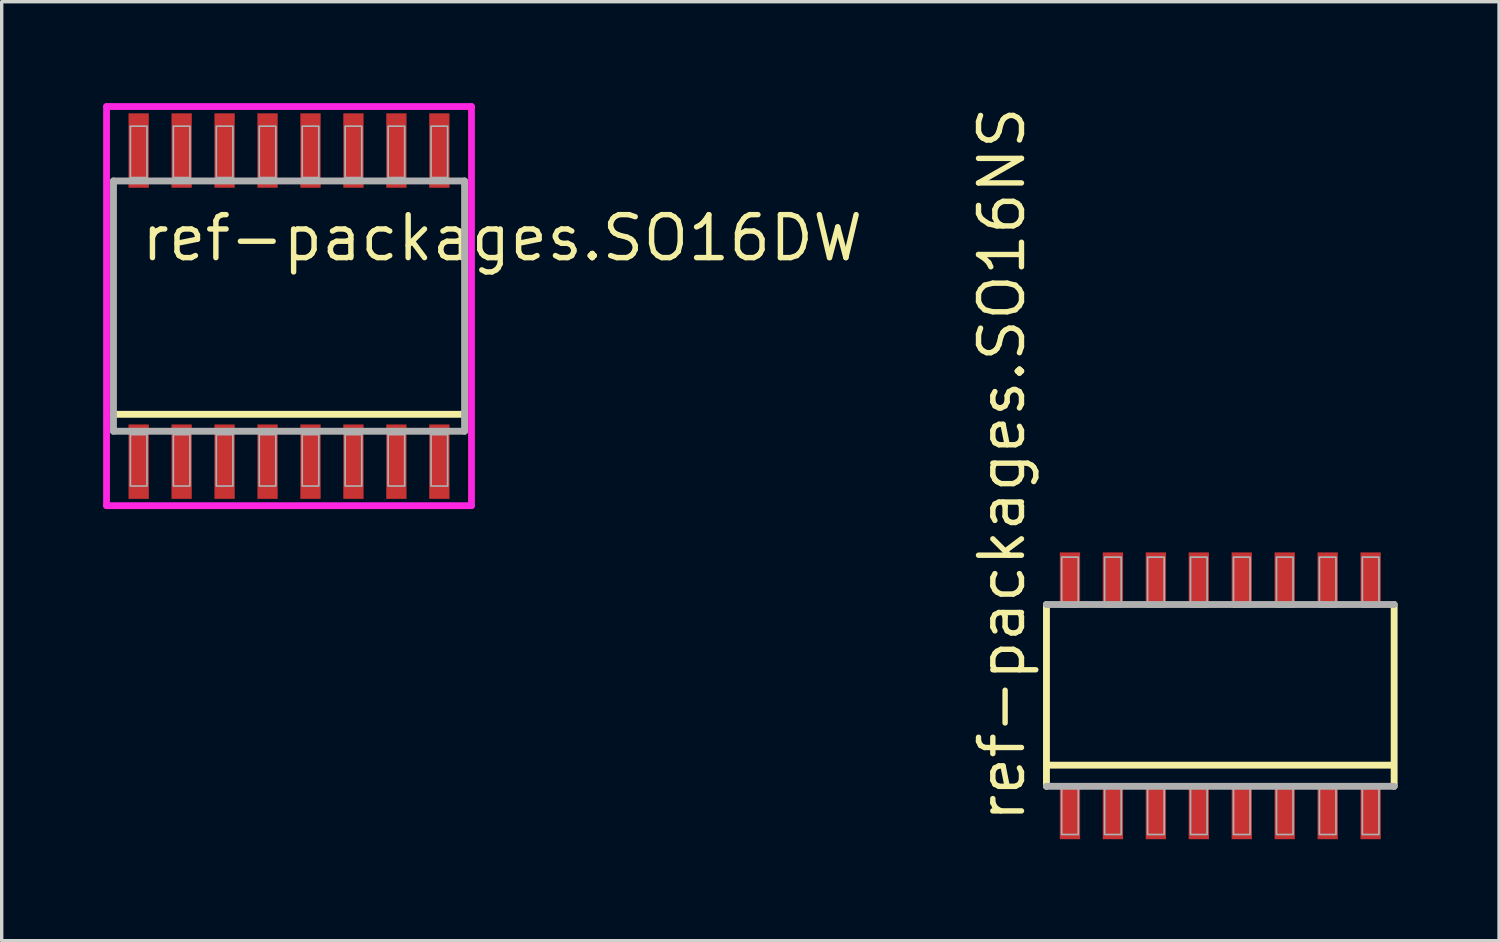
<source format=kicad_pcb>
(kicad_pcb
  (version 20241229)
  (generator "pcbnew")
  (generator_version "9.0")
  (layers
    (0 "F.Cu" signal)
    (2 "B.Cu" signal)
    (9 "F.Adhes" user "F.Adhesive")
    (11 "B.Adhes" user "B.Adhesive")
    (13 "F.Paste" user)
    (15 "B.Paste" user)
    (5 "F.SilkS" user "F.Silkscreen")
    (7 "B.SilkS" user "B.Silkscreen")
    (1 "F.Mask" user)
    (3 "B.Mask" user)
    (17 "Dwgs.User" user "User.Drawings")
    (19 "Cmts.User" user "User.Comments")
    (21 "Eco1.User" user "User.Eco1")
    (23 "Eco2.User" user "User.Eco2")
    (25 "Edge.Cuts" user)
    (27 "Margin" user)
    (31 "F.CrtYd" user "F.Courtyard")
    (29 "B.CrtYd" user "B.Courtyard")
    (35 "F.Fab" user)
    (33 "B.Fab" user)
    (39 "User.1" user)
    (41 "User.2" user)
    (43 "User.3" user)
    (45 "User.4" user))
  (footprint "ref-packages.SO16NS"
    (layer "F.Cu")
    (at 33.029 17.522)
    (property "Reference" "ref-packages.SO16NS" (at -5.715 3.81 90) (layer "F.SilkS") (effects (font (size 1.27 1.27) (thickness 0.16)) (justify left bottom)))
    (attr smd)
    (fp_line (start -5.14 2.675) (end -5.14 -2.7) (stroke (width 0.203) (type default)) (layer "F.SilkS"))
    (fp_line (start 5.09 2.05) (end -5.09 2.05) (stroke (width 0.203) (type default)) (layer "F.SilkS"))
    (fp_line (start 5.14 -2.7) (end 5.14 2.675) (stroke (width 0.203) (type default)) (layer "F.SilkS"))
    (fp_line (start -5.14 -2.7) (end 5.14 -2.7) (stroke (width 0.203) (type default)) (layer "F.Fab"))
    (fp_line (start 5.14 2.675) (end -5.14 2.675) (stroke (width 0.203) (type default)) (layer "F.Fab"))
    (fp_rect (start -4.69 -2.625) (end -4.2 -4.1) (stroke (width 0.05) (type default)) (fill no) (layer "F.Fab"))
    (fp_rect (start -4.69 4.1) (end -4.2 2.625) (stroke (width 0.05) (type default)) (fill no) (layer "F.Fab"))
    (fp_rect (start -3.42 -2.625) (end -2.93 -4.1) (stroke (width 0.05) (type default)) (fill no) (layer "F.Fab"))
    (fp_rect (start -3.42 4.1) (end -2.93 2.625) (stroke (width 0.05) (type default)) (fill no) (layer "F.Fab"))
    (fp_rect (start -2.15 -2.625) (end -1.66 -4.1) (stroke (width 0.05) (type default)) (fill no) (layer "F.Fab"))
    (fp_rect (start -2.15 4.1) (end -1.66 2.625) (stroke (width 0.05) (type default)) (fill no) (layer "F.Fab"))
    (fp_rect (start -0.88 -2.625) (end -0.39 -4.1) (stroke (width 0.05) (type default)) (fill no) (layer "F.Fab"))
    (fp_rect (start -0.88 4.1) (end -0.39 2.625) (stroke (width 0.05) (type default)) (fill no) (layer "F.Fab"))
    (fp_rect (start 0.39 -2.625) (end 0.88 -4.1) (stroke (width 0.05) (type default)) (fill no) (layer "F.Fab"))
    (fp_rect (start 0.39 4.1) (end 0.88 2.625) (stroke (width 0.05) (type default)) (fill no) (layer "F.Fab"))
    (fp_rect (start 1.66 -2.625) (end 2.15 -4.1) (stroke (width 0.05) (type default)) (fill no) (layer "F.Fab"))
    (fp_rect (start 1.66 4.1) (end 2.15 2.625) (stroke (width 0.05) (type default)) (fill no) (layer "F.Fab"))
    (fp_rect (start 2.93 -2.625) (end 3.42 -4.1) (stroke (width 0.05) (type default)) (fill no) (layer "F.Fab"))
    (fp_rect (start 2.93 4.1) (end 3.42 2.625) (stroke (width 0.05) (type default)) (fill no) (layer "F.Fab"))
    (fp_rect (start 4.2 -2.625) (end 4.69 -4.1) (stroke (width 0.05) (type default)) (fill no) (layer "F.Fab"))
    (fp_rect (start 4.2 4.1) (end 4.69 2.625) (stroke (width 0.05) (type default)) (fill no) (layer "F.Fab"))
    (pad "1" smd roundrect (at -4.445 3.49) (size 0.6 1.5) (layers "F.Cu" "F.Mask" "F.Paste") (roundrect_rratio 0.01))
    (pad "2" smd roundrect (at -3.175 3.49) (size 0.6 1.5) (layers "F.Cu" "F.Mask" "F.Paste") (roundrect_rratio 0.01))
    (pad "3" smd roundrect (at -1.905 3.49) (size 0.6 1.5) (layers "F.Cu" "F.Mask" "F.Paste") (roundrect_rratio 0.01))
    (pad "4" smd roundrect (at -0.635 3.49) (size 0.6 1.5) (layers "F.Cu" "F.Mask" "F.Paste") (roundrect_rratio 0.01))
    (pad "5" smd roundrect (at 0.635 3.49) (size 0.6 1.5) (layers "F.Cu" "F.Mask" "F.Paste") (roundrect_rratio 0.01))
    (pad "6" smd roundrect (at 1.905 3.49) (size 0.6 1.5) (layers "F.Cu" "F.Mask" "F.Paste") (roundrect_rratio 0.01))
    (pad "7" smd roundrect (at 3.175 3.49) (size 0.6 1.5) (layers "F.Cu" "F.Mask" "F.Paste") (roundrect_rratio 0.01))
    (pad "8" smd roundrect (at 4.445 3.49) (size 0.6 1.5) (layers "F.Cu" "F.Mask" "F.Paste") (roundrect_rratio 0.01))
    (pad "9" smd roundrect (at 4.445 -3.49 180) (size 0.6 1.5) (layers "F.Cu" "F.Mask" "F.Paste") (roundrect_rratio 0.01))
    (pad "10" smd roundrect (at 3.175 -3.49 180) (size 0.6 1.5) (layers "F.Cu" "F.Mask" "F.Paste") (roundrect_rratio 0.01))
    (pad "11" smd roundrect (at 1.905 -3.49 180) (size 0.6 1.5) (layers "F.Cu" "F.Mask" "F.Paste") (roundrect_rratio 0.01))
    (pad "12" smd roundrect (at 0.635 -3.49 180) (size 0.6 1.5) (layers "F.Cu" "F.Mask" "F.Paste") (roundrect_rratio 0.01))
    (pad "13" smd roundrect (at -0.635 -3.49 180) (size 0.6 1.5) (layers "F.Cu" "F.Mask" "F.Paste") (roundrect_rratio 0.01))
    (pad "14" smd roundrect (at -1.905 -3.49 180) (size 0.6 1.5) (layers "F.Cu" "F.Mask" "F.Paste") (roundrect_rratio 0.01))
    (pad "15" smd roundrect (at -3.175 -3.49 180) (size 0.6 1.5) (layers "F.Cu" "F.Mask" "F.Paste") (roundrect_rratio 0.01))
    (pad "16" smd roundrect (at -4.445 -3.49 180) (size 0.6 1.5) (layers "F.Cu" "F.Mask" "F.Paste") (roundrect_rratio 0.01)))
  (footprint "ref-packages.SO16DW"
    (layer "F.Cu")
    (at 5.495 6)
    (property "Reference" "ref-packages.SO16DW" (at -4.445 -1.27 0) (layer "F.SilkS") (effects (font (size 1.27 1.27) (thickness 0.16)) (justify left bottom)))
    (attr smd)
    (fp_line (start 5.19 3.2) (end -5.19 3.2) (stroke (width 0.203) (type default)) (layer "F.SilkS"))
    (fp_line (start -5.395 -5.9) (end 5.395 -5.9) (stroke (width 0.2) (type default)) (layer "F.CrtYd"))
    (fp_line (start -5.395 5.9) (end -5.395 -5.9) (stroke (width 0.2) (type default)) (layer "F.CrtYd"))
    (fp_line (start 5.395 -5.9) (end 5.395 5.9) (stroke (width 0.2) (type default)) (layer "F.CrtYd"))
    (fp_line (start 5.395 5.9) (end -5.395 5.9) (stroke (width 0.2) (type default)) (layer "F.CrtYd"))
    (fp_line (start -5.19 -3.7) (end 5.19 -3.7) (stroke (width 0.203) (type default)) (layer "F.Fab"))
    (fp_line (start -5.19 3.7) (end -5.19 -3.7) (stroke (width 0.203) (type default)) (layer "F.Fab"))
    (fp_line (start 5.19 -3.7) (end 5.19 3.7) (stroke (width 0.203) (type default)) (layer "F.Fab"))
    (fp_line (start 5.19 3.7) (end -5.19 3.7) (stroke (width 0.203) (type default)) (layer "F.Fab"))
    (fp_rect (start -4.69 -3.8) (end -4.2 -5.32) (stroke (width 0.05) (type default)) (fill no) (layer "F.Fab"))
    (fp_rect (start -4.69 5.32) (end -4.2 3.8) (stroke (width 0.05) (type default)) (fill no) (layer "F.Fab"))
    (fp_rect (start -3.42 -3.8) (end -2.93 -5.32) (stroke (width 0.05) (type default)) (fill no) (layer "F.Fab"))
    (fp_rect (start -3.42 5.32) (end -2.93 3.8) (stroke (width 0.05) (type default)) (fill no) (layer "F.Fab"))
    (fp_rect (start -2.15 -3.8) (end -1.66 -5.32) (stroke (width 0.05) (type default)) (fill no) (layer "F.Fab"))
    (fp_rect (start -2.15 5.32) (end -1.66 3.8) (stroke (width 0.05) (type default)) (fill no) (layer "F.Fab"))
    (fp_rect (start -0.88 -3.8) (end -0.39 -5.32) (stroke (width 0.05) (type default)) (fill no) (layer "F.Fab"))
    (fp_rect (start -0.88 5.32) (end -0.39 3.8) (stroke (width 0.05) (type default)) (fill no) (layer "F.Fab"))
    (fp_rect (start 0.39 -3.8) (end 0.88 -5.32) (stroke (width 0.05) (type default)) (fill no) (layer "F.Fab"))
    (fp_rect (start 0.39 5.32) (end 0.88 3.8) (stroke (width 0.05) (type default)) (fill no) (layer "F.Fab"))
    (fp_rect (start 1.66 -3.8) (end 2.15 -5.32) (stroke (width 0.05) (type default)) (fill no) (layer "F.Fab"))
    (fp_rect (start 1.66 5.32) (end 2.15 3.8) (stroke (width 0.05) (type default)) (fill no) (layer "F.Fab"))
    (fp_rect (start 2.93 -3.8) (end 3.42 -5.32) (stroke (width 0.05) (type default)) (fill no) (layer "F.Fab"))
    (fp_rect (start 2.93 5.32) (end 3.42 3.8) (stroke (width 0.05) (type default)) (fill no) (layer "F.Fab"))
    (fp_rect (start 4.2 -3.8) (end 4.69 -5.32) (stroke (width 0.05) (type default)) (fill no) (layer "F.Fab"))
    (fp_rect (start 4.2 5.32) (end 4.69 3.8) (stroke (width 0.05) (type default)) (fill no) (layer "F.Fab"))
    (pad "1" smd roundrect (at -4.445 4.6) (size 0.6 2.2) (layers "F.Cu" "F.Mask" "F.Paste") (roundrect_rratio 0.01))
    (pad "2" smd roundrect (at -3.175 4.6) (size 0.6 2.2) (layers "F.Cu" "F.Mask" "F.Paste") (roundrect_rratio 0.01))
    (pad "3" smd roundrect (at -1.905 4.6) (size 0.6 2.2) (layers "F.Cu" "F.Mask" "F.Paste") (roundrect_rratio 0.01))
    (pad "4" smd roundrect (at -0.635 4.6) (size 0.6 2.2) (layers "F.Cu" "F.Mask" "F.Paste") (roundrect_rratio 0.01))
    (pad "5" smd roundrect (at 0.635 4.6) (size 0.6 2.2) (layers "F.Cu" "F.Mask" "F.Paste") (roundrect_rratio 0.01))
    (pad "6" smd roundrect (at 1.905 4.6) (size 0.6 2.2) (layers "F.Cu" "F.Mask" "F.Paste") (roundrect_rratio 0.01))
    (pad "7" smd roundrect (at 3.175 4.6) (size 0.6 2.2) (layers "F.Cu" "F.Mask" "F.Paste") (roundrect_rratio 0.01))
    (pad "8" smd roundrect (at 4.445 4.6) (size 0.6 2.2) (layers "F.Cu" "F.Mask" "F.Paste") (roundrect_rratio 0.01))
    (pad "9" smd roundrect (at 4.445 -4.6) (size 0.6 2.2) (layers "F.Cu" "F.Mask" "F.Paste") (roundrect_rratio 0.01))
    (pad "10" smd roundrect (at 3.175 -4.6) (size 0.6 2.2) (layers "F.Cu" "F.Mask" "F.Paste") (roundrect_rratio 0.01))
    (pad "11" smd roundrect (at 1.905 -4.6) (size 0.6 2.2) (layers "F.Cu" "F.Mask" "F.Paste") (roundrect_rratio 0.01))
    (pad "12" smd roundrect (at 0.635 -4.6) (size 0.6 2.2) (layers "F.Cu" "F.Mask" "F.Paste") (roundrect_rratio 0.01))
    (pad "13" smd roundrect (at -0.635 -4.6) (size 0.6 2.2) (layers "F.Cu" "F.Mask" "F.Paste") (roundrect_rratio 0.01))
    (pad "14" smd roundrect (at -1.905 -4.6) (size 0.6 2.2) (layers "F.Cu" "F.Mask" "F.Paste") (roundrect_rratio 0.01))
    (pad "15" smd roundrect (at -3.175 -4.6) (size 0.6 2.2) (layers "F.Cu" "F.Mask" "F.Paste") (roundrect_rratio 0.01))
    (pad "16" smd roundrect (at -4.445 -4.6) (size 0.6 2.2) (layers "F.Cu" "F.Mask" "F.Paste") (roundrect_rratio 0.01)))
  (gr_rect
    (start -3 -3)
    (end 41.27 24.762)
    (stroke (width 0.1) (type default))
    (fill no)
    (layer "Edge.Cuts")))
</source>
